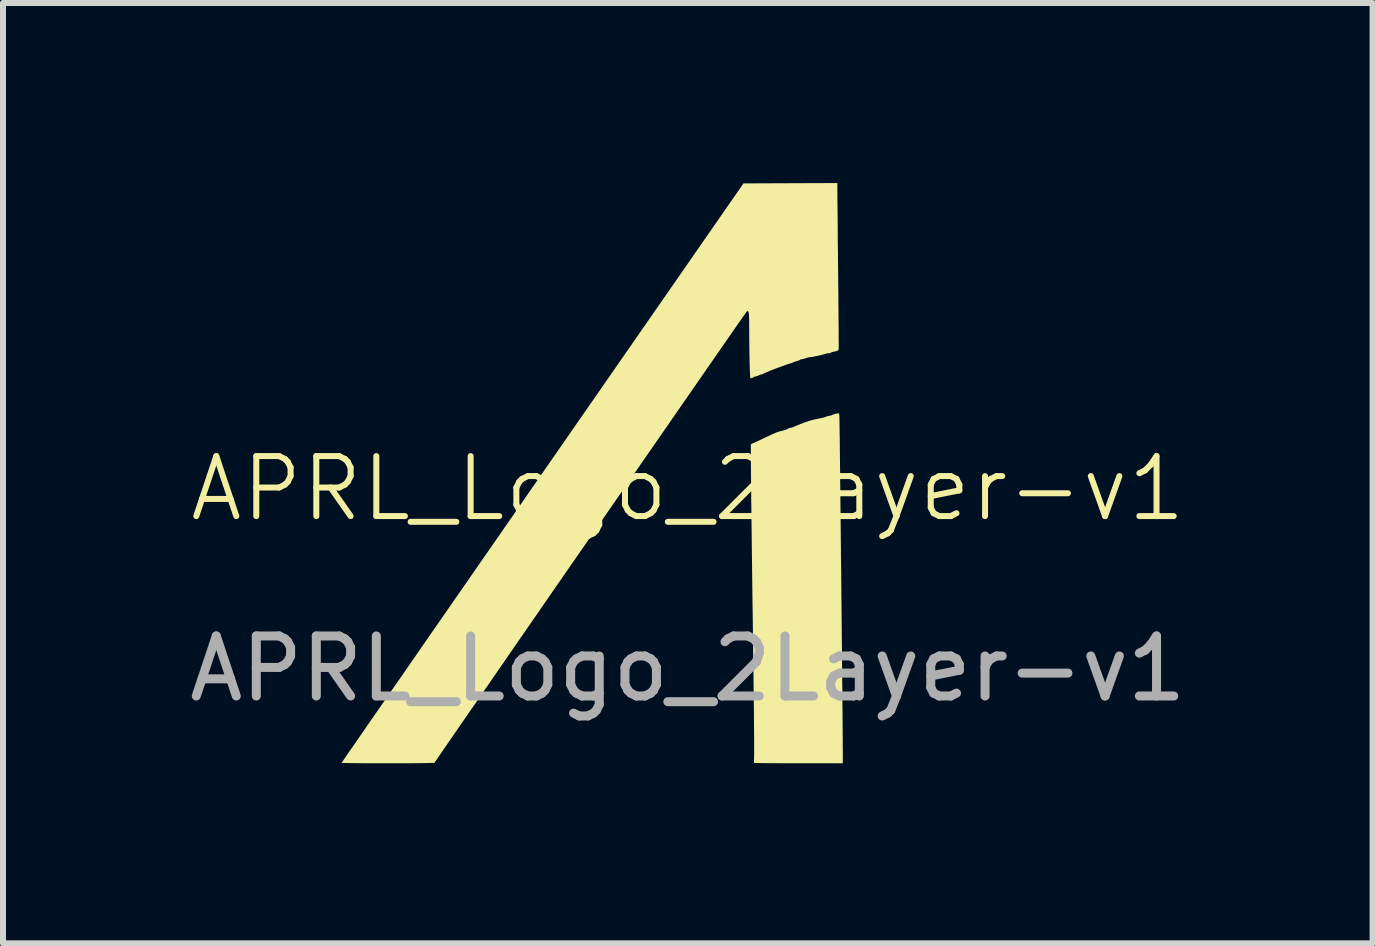
<source format=kicad_pcb>
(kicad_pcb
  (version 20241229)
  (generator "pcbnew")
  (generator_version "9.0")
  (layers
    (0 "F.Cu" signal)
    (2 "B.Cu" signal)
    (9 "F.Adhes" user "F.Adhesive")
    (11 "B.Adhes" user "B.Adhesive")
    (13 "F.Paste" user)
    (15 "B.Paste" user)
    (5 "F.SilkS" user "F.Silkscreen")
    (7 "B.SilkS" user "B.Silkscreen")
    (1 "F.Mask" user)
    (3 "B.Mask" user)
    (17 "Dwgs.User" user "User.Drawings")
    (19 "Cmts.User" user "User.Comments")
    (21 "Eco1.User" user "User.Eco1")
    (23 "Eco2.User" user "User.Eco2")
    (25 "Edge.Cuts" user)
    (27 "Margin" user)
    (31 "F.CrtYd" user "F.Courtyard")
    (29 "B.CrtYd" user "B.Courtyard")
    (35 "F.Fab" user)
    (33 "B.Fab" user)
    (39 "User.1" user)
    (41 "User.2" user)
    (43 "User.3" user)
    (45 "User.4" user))
  (footprint "APRL_Logo_2Layer-v1"
    (layer "F.Cu")
    (at 8.411 5.592)
    (property "Reference" "APRL_Logo_2Layer-v1" (at 0 -0.5 0) (unlocked yes) (layer "F.SilkS") (effects (font (size 1 1) (thickness 0.1))))
    (attr through_hole)
    (fp_poly (pts (xy 0.046 -0.158) (xy 0.075 -0.134) (xy 0.102 -0.093) (xy 0.125 -0.035) (xy 0.146 0.041) (xy 0.165 0.136) (xy 0.178 0.224) (xy 0.191 0.312) (xy 0.204 0.384) (xy 0.218 0.445) (xy 0.236 0.5) (xy 0.256 0.553) (xy 0.258 0.557) (xy 0.322 0.679) (xy 0.406 0.796) (xy 0.507 0.906) (xy 0.627 1.01) (xy 0.765 1.106) (xy 0.92 1.195) (xy 0.965 1.218) (xy 1.01 1.24) (xy 1.04 1.253) (xy 1.059 1.258) (xy 1.069 1.257) (xy 1.074 1.252) (xy 1.078 1.255) (xy 1.081 1.278) (xy 1.083 1.32) (xy 1.084 1.381) (xy 1.084 1.409) (xy 1.084 1.471) (xy 1.085 1.548) (xy 1.086 1.633) (xy 1.087 1.721) (xy 1.089 1.806) (xy 1.09 1.834) (xy 1.091 1.902) (xy 1.092 1.963) (xy 1.091 2.013) (xy 1.091 2.05) (xy 1.089 2.071) (xy 1.087 2.075) (xy 1.074 2.067) (xy 1.047 2.054) (xy 1.013 2.042) (xy 0.852 1.983) (xy 0.695 1.916) (xy 0.543 1.843) (xy 0.4 1.764) (xy 0.267 1.681) (xy 0.147 1.596) (xy 0.042 1.509) (xy -0.044 1.423) (xy -0.09 1.372) (xy -0.101 1.4) (xy -0.119 1.463) (xy -0.13 1.542) (xy -0.135 1.634) (xy -0.134 1.735) (xy -0.127 1.844) (xy -0.114 1.956) (xy -0.096 2.068) (xy -0.089 2.102) (xy -0.052 2.251) (xy -0.005 2.384) (xy 0.052 2.505) (xy 0.122 2.619) (xy 0.208 2.729) (xy 0.308 2.837) (xy 0.442 2.956) (xy 0.583 3.057) (xy 0.735 3.141) (xy 0.897 3.208) (xy 1.02 3.246) (xy 1.101 3.268) (xy 1.108 3.351) (xy 1.109 3.382) (xy 1.111 3.431) (xy 1.112 3.492) (xy 1.113 3.564) (xy 1.114 3.643) (xy 1.114 3.724) (xy 1.114 3.745) (xy 1.114 4.056) (xy 1.086 4.056) (xy 1.065 4.053) (xy 1.03 4.047) (xy 0.986 4.038) (xy 0.952 4.03) (xy 0.802 3.991) (xy 0.646 3.939) (xy 0.488 3.877) (xy 0.329 3.807) (xy 0.173 3.73) (xy 0.023 3.648) (xy -0.117 3.561) (xy -0.245 3.473) (xy -0.357 3.384) (xy -0.405 3.34) (xy -0.442 3.303) (xy -0.486 3.254) (xy -0.536 3.197) (xy -0.588 3.135) (xy -0.639 3.072) (xy -0.685 3.013) (xy -0.724 2.96) (xy -0.753 2.917) (xy -0.756 2.912) (xy -0.802 2.827) (xy -0.841 2.733) (xy -0.873 2.627) (xy -0.901 2.506) (xy -0.917 2.416) (xy -0.922 2.367) (xy -0.926 2.302) (xy -0.928 2.224) (xy -0.93 2.136) (xy -0.929 2.043) (xy -0.928 1.947) (xy -0.925 1.852) (xy -0.921 1.762) (xy -0.916 1.681) (xy -0.909 1.611) (xy -0.906 1.586) (xy -0.865 1.336) (xy -0.808 1.1) (xy -0.737 0.876) (xy -0.649 0.665) (xy -0.547 0.466) (xy -0.428 0.278) (xy -0.293 0.102) (xy -0.21 0.007) (xy -0.156 -0.051) (xy -0.113 -0.094) (xy -0.078 -0.125) (xy -0.05 -0.146) (xy -0.025 -0.159) (xy -0.002 -0.165) (xy 0.013 -0.165)) (stroke (width 0) (type solid)) (fill yes) (layer "F.Mask"))
    (fp_poly (pts (xy 3.366 -2.916) (xy 3.384 -2.912) (xy 3.386 -2.91) (xy 3.4 -2.905) (xy 3.428 -2.904) (xy 3.44 -2.905) (xy 3.49 -2.909) (xy 3.534 -2.911) (xy 3.57 -2.912) (xy 3.592 -2.91) (xy 3.599 -2.907) (xy 3.605 -2.902) (xy 3.626 -2.896) (xy 3.642 -2.893) (xy 3.684 -2.887) (xy 3.71 -2.881) (xy 3.723 -2.873) (xy 3.726 -2.864) (xy 3.726 -2.863) (xy 3.731 -2.856) (xy 3.748 -2.853) (xy 3.78 -2.855) (xy 3.782 -2.855) (xy 3.815 -2.858) (xy 3.831 -2.856) (xy 3.836 -2.849) (xy 3.835 -2.847) (xy 3.84 -2.837) (xy 3.859 -2.833) (xy 3.873 -2.833) (xy 3.9 -2.831) (xy 3.918 -2.824) (xy 3.921 -2.822) (xy 3.934 -2.815) (xy 3.96 -2.811) (xy 3.974 -2.81) (xy 4.005 -2.807) (xy 4.029 -2.801) (xy 4.035 -2.798) (xy 4.053 -2.789) (xy 4.062 -2.789) (xy 4.08 -2.789) (xy 4.108 -2.785) (xy 4.114 -2.784) (xy 4.14 -2.776) (xy 4.148 -2.766) (xy 4.147 -2.761) (xy 4.149 -2.751) (xy 4.167 -2.747) (xy 4.171 -2.747) (xy 4.194 -2.742) (xy 4.205 -2.732) (xy 4.219 -2.723) (xy 4.232 -2.724) (xy 4.256 -2.721) (xy 4.266 -2.712) (xy 4.28 -2.699) (xy 4.288 -2.698) (xy 4.298 -2.698) (xy 4.315 -2.693) (xy 4.344 -2.683) (xy 4.388 -2.665) (xy 4.397 -2.662) (xy 4.417 -2.651) (xy 4.425 -2.642) (xy 4.433 -2.637) (xy 4.45 -2.638) (xy 4.469 -2.639) (xy 4.473 -2.629) (xy 4.473 -2.626) (xy 4.477 -2.614) (xy 4.499 -2.607) (xy 4.503 -2.607) (xy 4.525 -2.602) (xy 4.536 -2.595) (xy 4.536 -2.594) (xy 4.545 -2.588) (xy 4.566 -2.585) (xy 4.589 -2.581) (xy 4.602 -2.574) (xy 4.616 -2.567) (xy 4.639 -2.567) (xy 4.66 -2.568) (xy 4.664 -2.56) (xy 4.663 -2.558) (xy 4.666 -2.546) (xy 4.673 -2.544) (xy 4.686 -2.539) (xy 4.688 -2.534) (xy 4.696 -2.526) (xy 4.708 -2.524) (xy 4.725 -2.518) (xy 4.728 -2.509) (xy 4.737 -2.497) (xy 4.754 -2.494) (xy 4.773 -2.491) (xy 4.779 -2.486) (xy 4.787 -2.478) (xy 4.809 -2.465) (xy 4.84 -2.449) (xy 4.87 -2.433) (xy 4.892 -2.419) (xy 4.9 -2.411) (xy 4.909 -2.404) (xy 4.92 -2.403) (xy 4.938 -2.396) (xy 4.945 -2.387) (xy 4.958 -2.375) (xy 4.972 -2.372) (xy 4.996 -2.365) (xy 5.008 -2.357) (xy 5.027 -2.348) (xy 5.039 -2.349) (xy 5.05 -2.35) (xy 5.048 -2.344) (xy 5.049 -2.333) (xy 5.057 -2.332) (xy 5.069 -2.325) (xy 5.07 -2.319) (xy 5.076 -2.308) (xy 5.09 -2.303) (xy 5.108 -2.297) (xy 5.113 -2.291) (xy 5.121 -2.282) (xy 5.129 -2.281) (xy 5.148 -2.276) (xy 5.169 -2.265) (xy 5.193 -2.255) (xy 5.211 -2.255) (xy 5.223 -2.258) (xy 5.222 -2.256) (xy 5.224 -2.245) (xy 5.236 -2.23) (xy 5.252 -2.216) (xy 5.265 -2.21) (xy 5.275 -2.203) (xy 5.275 -2.201) (xy 5.283 -2.192) (xy 5.306 -2.178) (xy 5.336 -2.162) (xy 5.365 -2.146) (xy 5.385 -2.134) (xy 5.39 -2.126) (xy 5.39 -2.126) (xy 5.391 -2.12) (xy 5.395 -2.119) (xy 5.405 -2.111) (xy 5.407 -2.104) (xy 5.412 -2.09) (xy 5.417 -2.089) (xy 5.431 -2.084) (xy 5.455 -2.071) (xy 5.467 -2.063) (xy 5.495 -2.048) (xy 5.517 -2.039) (xy 5.523 -2.038) (xy 5.536 -2.033) (xy 5.538 -2.028) (xy 5.547 -2.019) (xy 5.556 -2.018) (xy 5.567 -2.016) (xy 5.56 -2.009) (xy 5.559 -2.008) (xy 5.554 -2.001) (xy 5.564 -1.991) (xy 5.584 -1.981) (xy 5.611 -1.967) (xy 5.629 -1.954) (xy 5.632 -1.95) (xy 5.647 -1.94) (xy 5.669 -1.932) (xy 5.691 -1.923) (xy 5.693 -1.911) (xy 5.696 -1.898) (xy 5.704 -1.896) (xy 5.721 -1.89) (xy 5.743 -1.874) (xy 5.747 -1.871) (xy 5.767 -1.854) (xy 5.782 -1.846) (xy 5.784 -1.846) (xy 5.797 -1.839) (xy 5.816 -1.822) (xy 5.817 -1.821) (xy 5.836 -1.803) (xy 5.851 -1.795) (xy 5.852 -1.795) (xy 5.859 -1.789) (xy 5.857 -1.785) (xy 5.856 -1.776) (xy 5.859 -1.775) (xy 5.871 -1.769) (xy 5.892 -1.753) (xy 5.899 -1.747) (xy 5.929 -1.721) (xy 5.959 -1.696) (xy 5.962 -1.694) (xy 5.982 -1.675) (xy 5.993 -1.659) (xy 5.993 -1.656) (xy 6.001 -1.649) (xy 6.009 -1.65) (xy 6.022 -1.648) (xy 6.024 -1.639) (xy 6.028 -1.625) (xy 6.032 -1.623) (xy 6.043 -1.617) (xy 6.064 -1.601) (xy 6.08 -1.588) (xy 6.104 -1.57) (xy 6.122 -1.559) (xy 6.128 -1.559) (xy 6.134 -1.555) (xy 6.135 -1.547) (xy 6.142 -1.529) (xy 6.155 -1.51) (xy 6.169 -1.502) (xy 6.17 -1.502) (xy 6.183 -1.495) (xy 6.207 -1.476) (xy 6.237 -1.448) (xy 6.272 -1.414) (xy 6.308 -1.378) (xy 6.341 -1.342) (xy 6.37 -1.31) (xy 6.39 -1.285) (xy 6.396 -1.275) (xy 6.409 -1.25) (xy 6.422 -1.219) (xy 6.438 -1.178) (xy 6.454 -1.132) (xy 6.468 -1.085) (xy 6.479 -1.034) (xy 6.487 -0.982) (xy 6.492 -0.933) (xy 6.492 -0.892) (xy 6.488 -0.862) (xy 6.481 -0.849) (xy 6.468 -0.85) (xy 6.444 -0.856) (xy 6.435 -0.859) (xy 6.408 -0.867) (xy 6.389 -0.868) (xy 6.386 -0.867) (xy 6.374 -0.87) (xy 6.364 -0.88) (xy 6.347 -0.892) (xy 6.335 -0.891) (xy 6.316 -0.893) (xy 6.307 -0.9) (xy 6.29 -0.912) (xy 6.281 -0.914) (xy 6.268 -0.919) (xy 6.267 -0.922) (xy 6.259 -0.931) (xy 6.238 -0.943) (xy 6.226 -0.949) (xy 6.194 -0.967) (xy 6.166 -0.988) (xy 6.161 -0.993) (xy 6.136 -1.01) (xy 6.116 -1.011) (xy 6.099 -1.009) (xy 6.097 -1.017) (xy 6.091 -1.029) (xy 6.08 -1.034) (xy 6.061 -1.04) (xy 6.055 -1.045) (xy 6.038 -1.058) (xy 6.009 -1.076) (xy 5.976 -1.092) (xy 5.955 -1.104) (xy 5.948 -1.115) (xy 5.948 -1.117) (xy 5.945 -1.124) (xy 5.929 -1.127) (xy 5.909 -1.13) (xy 5.903 -1.136) (xy 5.895 -1.145) (xy 5.876 -1.157) (xy 5.855 -1.167) (xy 5.84 -1.17) (xy 5.84 -1.17) (xy 5.829 -1.175) (xy 5.821 -1.183) (xy 5.802 -1.195) (xy 5.783 -1.198) (xy 5.766 -1.2) (xy 5.764 -1.204) (xy 5.762 -1.214) (xy 5.748 -1.228) (xy 5.728 -1.24) (xy 5.708 -1.248) (xy 5.702 -1.249) (xy 5.684 -1.253) (xy 5.678 -1.259) (xy 5.667 -1.267) (xy 5.648 -1.271) (xy 5.63 -1.275) (xy 5.626 -1.281) (xy 5.622 -1.288) (xy 5.617 -1.289) (xy 5.594 -1.294) (xy 5.57 -1.305) (xy 5.553 -1.319) (xy 5.548 -1.327) (xy 5.54 -1.337) (xy 5.529 -1.34) (xy 5.509 -1.344) (xy 5.503 -1.35) (xy 5.489 -1.358) (xy 5.472 -1.36) (xy 5.453 -1.363) (xy 5.447 -1.369) (xy 5.439 -1.378) (xy 5.424 -1.384) (xy 5.402 -1.393) (xy 5.373 -1.411) (xy 5.355 -1.423) (xy 5.325 -1.443) (xy 5.298 -1.456) (xy 5.285 -1.459) (xy 5.265 -1.464) (xy 5.257 -1.471) (xy 5.245 -1.479) (xy 5.225 -1.481) (xy 5.198 -1.488) (xy 5.174 -1.503) (xy 5.148 -1.519) (xy 5.123 -1.526) (xy 5.104 -1.529) (xy 5.099 -1.534) (xy 5.095 -1.542) (xy 5.079 -1.548) (xy 5.059 -1.55) (xy 5.043 -1.548) (xy 5.043 -1.548) (xy 5.033 -1.548) (xy 5.032 -1.552) (xy 5.024 -1.562) (xy 5.004 -1.573) (xy 4.98 -1.582) (xy 4.962 -1.585) (xy 4.959 -1.585) (xy 4.949 -1.591) (xy 4.94 -1.604) (xy 4.925 -1.619) (xy 4.906 -1.619) (xy 4.884 -1.62) (xy 4.876 -1.628) (xy 4.863 -1.64) (xy 4.841 -1.643) (xy 4.817 -1.646) (xy 4.805 -1.652) (xy 4.793 -1.658) (xy 4.767 -1.665) (xy 4.752 -1.667) (xy 4.72 -1.675) (xy 4.693 -1.685) (xy 4.687 -1.69) (xy 4.665 -1.701) (xy 4.631 -1.703) (xy 4.618 -1.703) (xy 4.583 -1.702) (xy 4.565 -1.708) (xy 4.561 -1.713) (xy 4.55 -1.721) (xy 4.524 -1.724) (xy 4.501 -1.723) (xy 4.472 -1.722) (xy 4.454 -1.724) (xy 4.451 -1.727) (xy 4.447 -1.733) (xy 4.435 -1.734) (xy 4.415 -1.741) (xy 4.408 -1.75) (xy 4.399 -1.76) (xy 4.379 -1.764) (xy 4.345 -1.764) (xy 4.308 -1.764) (xy 4.288 -1.77) (xy 4.285 -1.773) (xy 4.273 -1.781) (xy 4.246 -1.785) (xy 4.233 -1.785) (xy 4.181 -1.786) (xy 4.134 -1.79) (xy 4.095 -1.796) (xy 4.07 -1.803) (xy 4.06 -1.81) (xy 4.05 -1.819) (xy 4.021 -1.823) (xy 4.002 -1.824) (xy 3.944 -1.829) (xy 3.883 -1.839) (xy 3.83 -1.853) (xy 3.819 -1.857) (xy 3.797 -1.861) (xy 3.758 -1.864) (xy 3.708 -1.865) (xy 3.649 -1.864) (xy 3.587 -1.862) (xy 3.524 -1.858) (xy 3.483 -1.855) (xy 3.44 -1.851) (xy 3.382 -1.847) (xy 3.316 -1.842) (xy 3.247 -1.838) (xy 3.205 -1.836) (xy 3.111 -1.83) (xy 3.036 -1.825) (xy 2.978 -1.819) (xy 2.934 -1.813) (xy 2.902 -1.806) (xy 2.881 -1.798) (xy 2.879 -1.797) (xy 2.857 -1.791) (xy 2.823 -1.786) (xy 2.791 -1.785) (xy 2.721 -1.778) (xy 2.678 -1.765) (xy 2.64 -1.751) (xy 2.601 -1.74) (xy 2.589 -1.738) (xy 2.557 -1.731) (xy 2.531 -1.721) (xy 2.526 -1.719) (xy 2.503 -1.708) (xy 2.462 -1.695) (xy 2.406 -1.679) (xy 2.336 -1.66) (xy 2.263 -1.643) (xy 2.208 -1.629) (xy 2.159 -1.616) (xy 2.111 -1.602) (xy 2.059 -1.586) (xy 1.997 -1.565) (xy 1.954 -1.55) (xy 1.897 -1.53) (xy 1.834 -1.509) (xy 1.775 -1.49) (xy 1.742 -1.48) (xy 1.699 -1.466) (xy 1.662 -1.453) (xy 1.636 -1.444) (xy 1.628 -1.44) (xy 1.608 -1.432) (xy 1.599 -1.431) (xy 1.588 -1.427) (xy 1.56 -1.417) (xy 1.521 -1.401) (xy 1.472 -1.381) (xy 1.417 -1.358) (xy 1.359 -1.334) (xy 1.301 -1.309) (xy 1.246 -1.286) (xy 1.197 -1.265) (xy 1.157 -1.247) (xy 1.15 -1.244) (xy 1.117 -1.23) (xy 1.087 -1.217) (xy 1.064 -1.203) (xy 1.05 -1.187) (xy 1.05 -1.186) (xy 1.037 -1.171) (xy 1.022 -1.167) (xy 1.003 -1.163) (xy 0.97 -1.15) (xy 0.925 -1.13) (xy 0.87 -1.104) (xy 0.808 -1.074) (xy 0.741 -1.041) (xy 0.673 -1.006) (xy 0.607 -0.97) (xy 0.544 -0.936) (xy 0.542 -0.935) (xy 0.358 -0.827) (xy 0.162 -0.705) (xy -0.044 -0.57) (xy -0.258 -0.422) (xy -0.481 -0.262) (xy -0.709 -0.093) (xy -0.942 0.086) (xy -1.178 0.274) (xy -1.416 0.468) (xy -1.654 0.669) (xy -1.892 0.874) (xy -2.06 1.024) (xy -2.113 1.071) (xy -2.152 1.105) (xy -2.18 1.129) (xy -2.198 1.143) (xy -2.208 1.15) (xy -2.211 1.151) (xy -2.206 1.143) (xy -2.19 1.119) (xy -2.163 1.08) (xy -2.127 1.027) (xy -2.081 0.96) (xy -2.027 0.882) (xy -1.965 0.791) (xy -1.895 0.69) (xy -1.819 0.579) (xy -1.736 0.459) (xy -1.648 0.331) (xy -1.554 0.196) (xy -1.456 0.054) (xy -1.354 -0.094) (xy -1.248 -0.246) (xy -1.213 -0.297) (xy -1.106 -0.451) (xy -1.003 -0.6) (xy -0.903 -0.744) (xy -0.807 -0.882) (xy -0.716 -1.013) (xy -0.63 -1.136) (xy -0.55 -1.25) (xy -0.477 -1.354) (xy -0.411 -1.448) (xy -0.353 -1.53) (xy -0.303 -1.601) (xy -0.262 -1.658) (xy -0.231 -1.702) (xy -0.209 -1.73) (xy -0.199 -1.744) (xy -0.198 -1.745) (xy -0.183 -1.75) (xy -0.159 -1.765) (xy -0.138 -1.78) (xy -0.111 -1.799) (xy -0.089 -1.812) (xy -0.08 -1.815) (xy -0.06 -1.821) (xy -0.03 -1.834) (xy 0.007 -1.854) (xy 0.044 -1.875) (xy 0.077 -1.897) (xy 0.099 -1.914) (xy 0.102 -1.918) (xy 0.115 -1.927) (xy 0.145 -1.944) (xy 0.192 -1.968) (xy 0.21 -1.977) (xy 0.237 -1.991) (xy 0.255 -2.003) (xy 0.258 -2.007) (xy 0.271 -2.016) (xy 0.295 -2.027) (xy 0.302 -2.029) (xy 0.334 -2.042) (xy 0.37 -2.061) (xy 0.385 -2.069) (xy 0.423 -2.09) (xy 0.467 -2.109) (xy 0.484 -2.115) (xy 0.513 -2.127) (xy 0.532 -2.137) (xy 0.537 -2.142) (xy 0.545 -2.149) (xy 0.55 -2.15) (xy 0.565 -2.156) (xy 0.586 -2.172) (xy 0.593 -2.178) (xy 0.62 -2.199) (xy 0.656 -2.221) (xy 0.674 -2.231) (xy 0.708 -2.248) (xy 0.738 -2.265) (xy 0.75 -2.272) (xy 0.774 -2.283) (xy 0.808 -2.294) (xy 0.836 -2.302) (xy 0.875 -2.312) (xy 0.912 -2.325) (xy 0.93 -2.334) (xy 0.957 -2.346) (xy 0.98 -2.352) (xy 0.982 -2.352) (xy 1.001 -2.356) (xy 1.007 -2.361) (xy 1.02 -2.37) (xy 1.044 -2.38) (xy 1.051 -2.382) (xy 1.085 -2.394) (xy 1.117 -2.407) (xy 1.119 -2.408) (xy 1.148 -2.421) (xy 1.183 -2.436) (xy 1.195 -2.442) (xy 1.229 -2.457) (xy 1.271 -2.476) (xy 1.307 -2.492) (xy 1.352 -2.511) (xy 1.4 -2.531) (xy 1.433 -2.543) (xy 1.464 -2.553) (xy 1.509 -2.569) (xy 1.563 -2.588) (xy 1.621 -2.608) (xy 1.656 -2.62) (xy 1.735 -2.648) (xy 1.798 -2.67) (xy 1.848 -2.687) (xy 1.889 -2.7) (xy 1.924 -2.711) (xy 1.955 -2.72) (xy 1.987 -2.727) (xy 2.005 -2.732) (xy 2.047 -2.742) (xy 2.101 -2.755) (xy 2.159 -2.77) (xy 2.197 -2.78) (xy 2.264 -2.797) (xy 2.315 -2.81) (xy 2.352 -2.819) (xy 2.378 -2.824) (xy 2.396 -2.828) (xy 2.41 -2.829) (xy 2.42 -2.83) (xy 2.45 -2.832) (xy 2.491 -2.837) (xy 2.535 -2.845) (xy 2.573 -2.853) (xy 2.592 -2.859) (xy 2.615 -2.864) (xy 2.65 -2.87) (xy 2.688 -2.874) (xy 2.73 -2.877) (xy 2.769 -2.881) (xy 2.795 -2.884) (xy 2.819 -2.886) (xy 2.858 -2.889) (xy 2.913 -2.892) (xy 2.986 -2.897) (xy 3.077 -2.902) (xy 3.114 -2.904) (xy 3.146 -2.906) (xy 3.191 -2.908) (xy 3.242 -2.912) (xy 3.272 -2.914) (xy 3.329 -2.917)) (stroke (width 0) (type solid)) (fill yes) (layer "F.Mask"))
    (fp_poly (pts (xy 2.525 -1.702) (xy 2.526 -1.689) (xy 2.526 -1.656) (xy 2.527 -1.605) (xy 2.528 -1.537) (xy 2.529 -1.453) (xy 2.531 -1.353) (xy 2.532 -1.239) (xy 2.533 -1.112) (xy 2.535 -0.973) (xy 2.537 -0.822) (xy 2.538 -0.661) (xy 2.54 -0.491) (xy 2.542 -0.313) (xy 2.544 -0.127) (xy 2.546 0.065) (xy 2.548 0.262) (xy 2.55 0.464) (xy 2.552 0.668) (xy 2.555 0.875) (xy 2.557 1.084) (xy 2.559 1.292) (xy 2.561 1.5) (xy 2.563 1.706) (xy 2.565 1.909) (xy 2.567 2.109) (xy 2.569 2.304) (xy 2.57 2.493) (xy 2.572 2.675) (xy 2.574 2.85) (xy 2.575 3.016) (xy 2.577 3.172) (xy 2.578 3.318) (xy 2.579 3.451) (xy 2.58 3.572) (xy 2.581 3.68) (xy 2.581 3.772) (xy 2.582 3.849) (xy 2.582 3.91) (xy 2.582 3.952) (xy 2.582 3.963) (xy 2.582 4.076) (xy 1.836 4.076) (xy 1.715 4.076) (xy 1.601 4.076) (xy 1.494 4.075) (xy 1.397 4.075) (xy 1.311 4.074) (xy 1.237 4.073) (xy 1.178 4.072) (xy 1.134 4.071) (xy 1.107 4.07) (xy 1.099 4.069) (xy 1.101 4.061) (xy 1.102 4.04) (xy 1.103 4.005) (xy 1.104 3.957) (xy 1.105 3.894) (xy 1.105 3.816) (xy 1.105 3.723) (xy 1.104 3.614) (xy 1.103 3.489) (xy 1.102 3.347) (xy 1.101 3.187) (xy 1.099 3.011) (xy 1.096 2.816) (xy 1.094 2.603) (xy 1.091 2.37) (xy 1.088 2.119) (xy 1.084 1.878) (xy 1.081 1.611) (xy 1.077 1.351) (xy 1.074 1.099) (xy 1.071 0.857) (xy 1.068 0.624) (xy 1.065 0.402) (xy 1.063 0.191) (xy 1.06 -0.008) (xy 1.058 -0.195) (xy 1.056 -0.368) (xy 1.055 -0.528) (xy 1.053 -0.673) (xy 1.052 -0.803) (xy 1.051 -0.918) (xy 1.05 -1.015) (xy 1.05 -1.096) (xy 1.05 -1.159) (xy 1.05 -1.204) (xy 1.05 -1.229) (xy 1.05 -1.235) (xy 1.063 -1.248) (xy 1.077 -1.254) (xy 1.095 -1.261) (xy 1.127 -1.275) (xy 1.166 -1.293) (xy 1.19 -1.304) (xy 1.272 -1.343) (xy 1.337 -1.374) (xy 1.388 -1.398) (xy 1.428 -1.416) (xy 1.459 -1.43) (xy 1.482 -1.439) (xy 1.5 -1.445) (xy 1.515 -1.45) (xy 1.518 -1.451) (xy 1.557 -1.46) (xy 1.597 -1.471) (xy 1.601 -1.472) (xy 1.633 -1.482) (xy 1.66 -1.494) (xy 1.664 -1.497) (xy 1.688 -1.509) (xy 1.703 -1.512) (xy 1.724 -1.516) (xy 1.752 -1.525) (xy 1.759 -1.528) (xy 1.793 -1.542) (xy 1.825 -1.556) (xy 1.828 -1.557) (xy 1.932 -1.599) (xy 2.027 -1.631) (xy 2.122 -1.656) (xy 2.218 -1.675) (xy 2.256 -1.683) (xy 2.291 -1.694) (xy 2.305 -1.699) (xy 2.335 -1.71) (xy 2.361 -1.714) (xy 2.361 -1.714) (xy 2.389 -1.72) (xy 2.405 -1.728) (xy 2.427 -1.738) (xy 2.459 -1.746) (xy 2.473 -1.749) (xy 2.52 -1.756)) (stroke (width 0) (type solid)) (fill yes) (layer "F.SilkS"))
    (fp_poly (pts (xy 2.492 -5.427) (xy 2.492 -5.395) (xy 2.492 -5.345) (xy 2.493 -5.277) (xy 2.494 -5.194) (xy 2.495 -5.096) (xy 2.496 -4.985) (xy 2.497 -4.863) (xy 2.498 -4.731) (xy 2.499 -4.591) (xy 2.501 -4.444) (xy 2.502 -4.291) (xy 2.504 -4.134) (xy 2.505 -4.058) (xy 2.506 -3.903) (xy 2.508 -3.753) (xy 2.509 -3.61) (xy 2.51 -3.475) (xy 2.511 -3.349) (xy 2.512 -3.234) (xy 2.513 -3.13) (xy 2.513 -3.039) (xy 2.514 -2.963) (xy 2.514 -2.902) (xy 2.514 -2.858) (xy 2.513 -2.832) (xy 2.513 -2.826) (xy 2.509 -2.81) (xy 2.498 -2.8) (xy 2.476 -2.792) (xy 2.449 -2.786) (xy 2.416 -2.779) (xy 2.393 -2.771) (xy 2.384 -2.766) (xy 2.371 -2.759) (xy 2.349 -2.757) (xy 2.317 -2.753) (xy 2.292 -2.746) (xy 2.268 -2.738) (xy 2.232 -2.729) (xy 2.19 -2.719) (xy 2.145 -2.709) (xy 2.102 -2.7) (xy 2.067 -2.694) (xy 2.043 -2.691) (xy 2.036 -2.691) (xy 2.023 -2.69) (xy 1.997 -2.684) (xy 1.971 -2.676) (xy 1.937 -2.665) (xy 1.908 -2.658) (xy 1.895 -2.656) (xy 1.876 -2.652) (xy 1.869 -2.647) (xy 1.857 -2.639) (xy 1.832 -2.63) (xy 1.816 -2.625) (xy 1.785 -2.616) (xy 1.763 -2.608) (xy 1.757 -2.605) (xy 1.739 -2.596) (xy 1.727 -2.592) (xy 1.688 -2.581) (xy 1.639 -2.564) (xy 1.582 -2.544) (xy 1.521 -2.522) (xy 1.459 -2.499) (xy 1.399 -2.476) (xy 1.346 -2.454) (xy 1.301 -2.435) (xy 1.268 -2.421) (xy 1.252 -2.411) (xy 1.251 -2.411) (xy 1.233 -2.403) (xy 1.226 -2.403) (xy 1.206 -2.398) (xy 1.181 -2.387) (xy 1.156 -2.377) (xy 1.136 -2.372) (xy 1.114 -2.367) (xy 1.099 -2.359) (xy 1.073 -2.345) (xy 1.058 -2.34) (xy 1.051 -2.339) (xy 1.046 -2.34) (xy 1.042 -2.348) (xy 1.039 -2.362) (xy 1.037 -2.387) (xy 1.035 -2.424) (xy 1.033 -2.475) (xy 1.031 -2.543) (xy 1.03 -2.584) (xy 1.028 -2.665) (xy 1.026 -2.76) (xy 1.025 -2.863) (xy 1.024 -2.968) (xy 1.023 -3.068) (xy 1.023 -3.132) (xy 1.022 -3.223) (xy 1.022 -3.295) (xy 1.02 -3.352) (xy 1.019 -3.393) (xy 1.016 -3.422) (xy 1.013 -3.44) (xy 1.009 -3.448) (xy 0.999 -3.459) (xy 0.988 -3.456) (xy 0.975 -3.443) (xy 0.968 -3.432) (xy 0.949 -3.406) (xy 0.92 -3.365) (xy 0.881 -3.309) (xy 0.832 -3.239) (xy 0.774 -3.155) (xy 0.707 -3.059) (xy 0.632 -2.951) (xy 0.549 -2.831) (xy 0.458 -2.7) (xy 0.36 -2.559) (xy 0.256 -2.409) (xy 0.146 -2.25) (xy 0.03 -2.082) (xy -0.092 -1.907) (xy -0.218 -1.725) (xy -0.348 -1.537) (xy -0.483 -1.342) (xy -0.621 -1.143) (xy -0.762 -0.94) (xy -0.905 -0.732) (xy -1.051 -0.522) (xy -1.198 -0.309) (xy -1.347 -0.094) (xy -1.497 0.122) (xy -1.646 0.338) (xy -1.796 0.555) (xy -1.946 0.771) (xy -2.094 0.985) (xy -2.241 1.197) (xy -2.386 1.407) (xy -2.529 1.614) (xy -2.669 1.816) (xy -2.806 2.014) (xy -2.939 2.207) (xy -3.068 2.394) (xy -3.193 2.575) (xy -3.312 2.748) (xy -3.427 2.913) (xy -3.535 3.071) (xy -3.638 3.219) (xy -3.733 3.357) (xy -3.821 3.485) (xy -3.902 3.602) (xy -3.975 3.708) (xy -4.039 3.801) (xy -4.094 3.881) (xy -4.14 3.948) (xy -4.176 4.001) (xy -4.202 4.038) (xy -4.217 4.061) (xy -4.221 4.067) (xy -4.231 4.069) (xy -4.26 4.07) (xy -4.308 4.072) (xy -4.372 4.073) (xy -4.454 4.074) (xy -4.55 4.075) (xy -4.661 4.076) (xy -4.785 4.076) (xy -4.922 4.076) (xy -4.995 4.076) (xy -5.119 4.076) (xy -5.236 4.076) (xy -5.345 4.076) (xy -5.446 4.075) (xy -5.535 4.074) (xy -5.613 4.073) (xy -5.677 4.072) (xy -5.725 4.071) (xy -5.756 4.07) (xy -5.769 4.069) (xy -5.77 4.069) (xy -5.764 4.06) (xy -5.747 4.035) (xy -5.719 3.995) (xy -5.681 3.939) (xy -5.632 3.868) (xy -5.573 3.784) (xy -5.505 3.685) (xy -5.427 3.573) (xy -5.341 3.448) (xy -5.246 3.31) (xy -5.142 3.161) (xy -5.03 2.999) (xy -4.911 2.827) (xy -4.784 2.645) (xy -4.651 2.452) (xy -4.51 2.249) (xy -4.364 2.037) (xy -4.211 1.817) (xy -4.052 1.588) (xy -3.888 1.351) (xy -3.718 1.107) (xy -3.544 0.856) (xy -3.366 0.599) (xy -3.183 0.336) (xy -2.997 0.067) (xy -2.806 -0.207) (xy -2.613 -0.486) (xy -2.421 -0.763) (xy 0.927 -5.586) (xy 1.709 -5.589) (xy 2.491 -5.592)) (stroke (width 0) (type solid)) (fill yes) (layer "F.SilkS"))
    (fp_text user "${REFERENCE}" (at 0 2.5 0) (unlocked yes) (layer "F.Fab") (effects (font (size 1 1) (thickness 0.15)))))
  (gr_rect
    (start -3 -3)
    (end 19.821 12.668)
    (stroke (width 0.1) (type default))
    (fill no)
    (layer "Edge.Cuts")))
</source>
